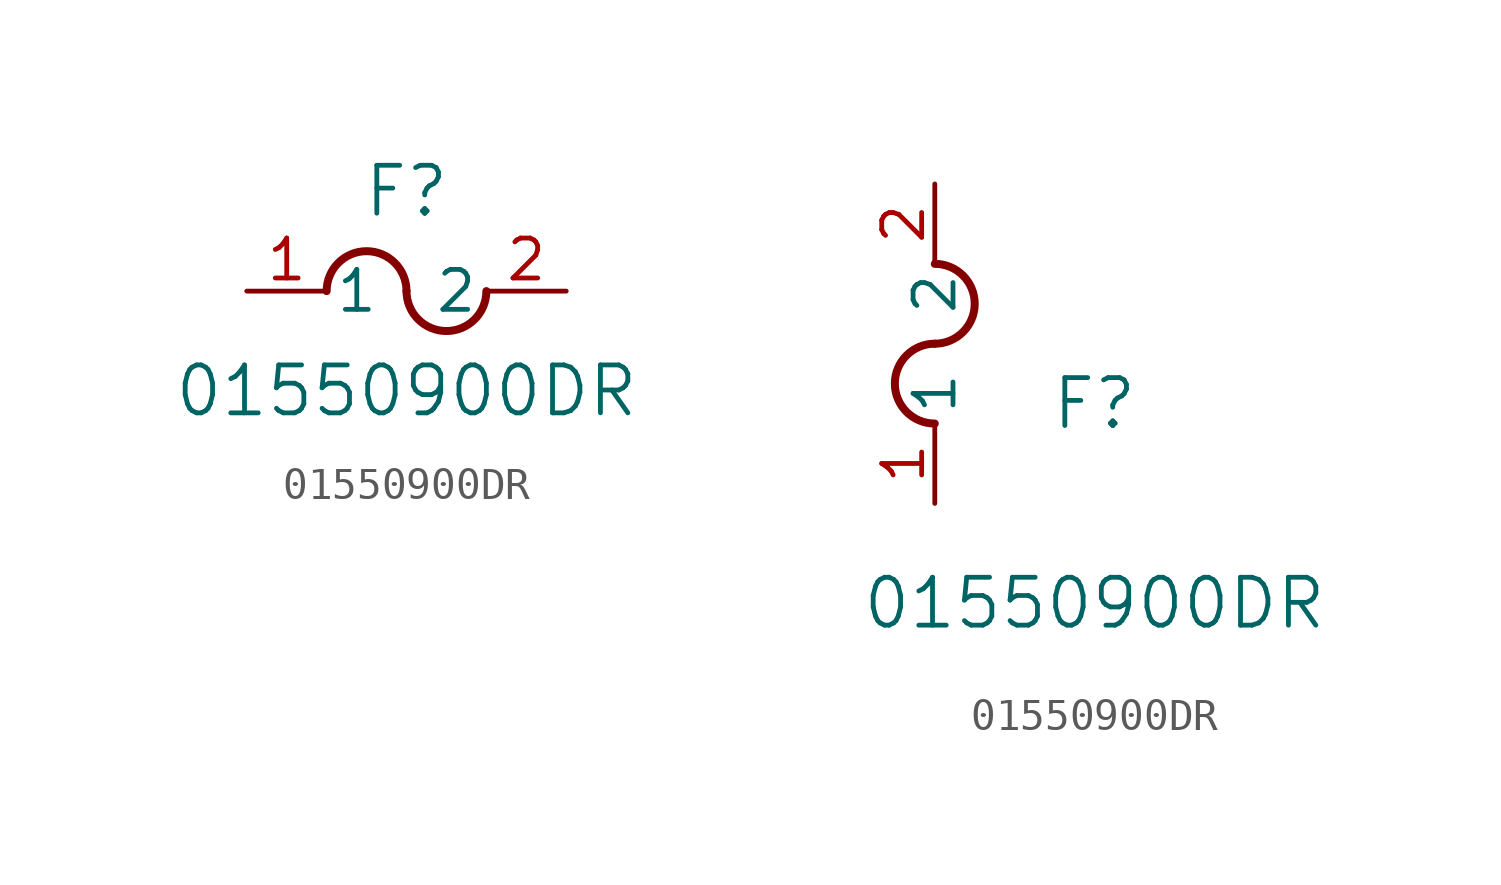
<source format=kicad_sym>
(kicad_symbol_lib
  (version 20211014)
  (generator kicad_symbol_editor)
  (symbol "01550900DR"
    (pin_names
      (offset 0.254))
    (property "Reference" "F"
      (at 5.08 3.175 0)
      (effects (font (size 1.524 1.524))))
    (property "Value" "01550900DR"
      (at 5.08 -3.175 0)
      (effects (font (size 1.524 1.524))))
    (symbol "01550900DR_1_1"
      (arc (start 5.08 0) (mid 3.81 1.27) (end 2.54 0) (stroke (width 0.254) (type default) (color 0 0 0 0)) (fill (type none)))
      (arc (start 5.08 0) (mid 6.35 -1.27) (end 7.62 0) (stroke (width 0.254) (type default) (color 0 0 0 0)) (fill (type none)))
      (pin unspecified line (at 0 0 0) (length 2.54) (name "1" (effects (font (size 1.27 1.27)))) (number "1" (effects (font (size 1.27 1.27)))))
      (pin unspecified line (at 10.16 0 180) (length 2.54) (name "2" (effects (font (size 1.27 1.27)))) (number "2" (effects (font (size 1.27 1.27))))))
    (symbol "01550900DR_1_2"
      (arc (start 0 5.08) (mid -1.27 3.81) (end 0 2.54) (stroke (width 0.254) (type default) (color 0 0 0 0)) (fill (type none)))
      (arc (start 0 5.08) (mid 1.27 6.35) (end 0 7.62) (stroke (width 0.254) (type default) (color 0 0 0 0)) (fill (type none)))
      (pin unspecified line (at 0 0 90) (length 2.54) (name "1" (effects (font (size 1.27 1.27)))) (number "1" (effects (font (size 1.27 1.27)))))
      (pin unspecified line (at 0 10.16 270) (length 2.54) (name "2" (effects (font (size 1.27 1.27)))) (number "2" (effects (font (size 1.27 1.27))))))))
</source>
